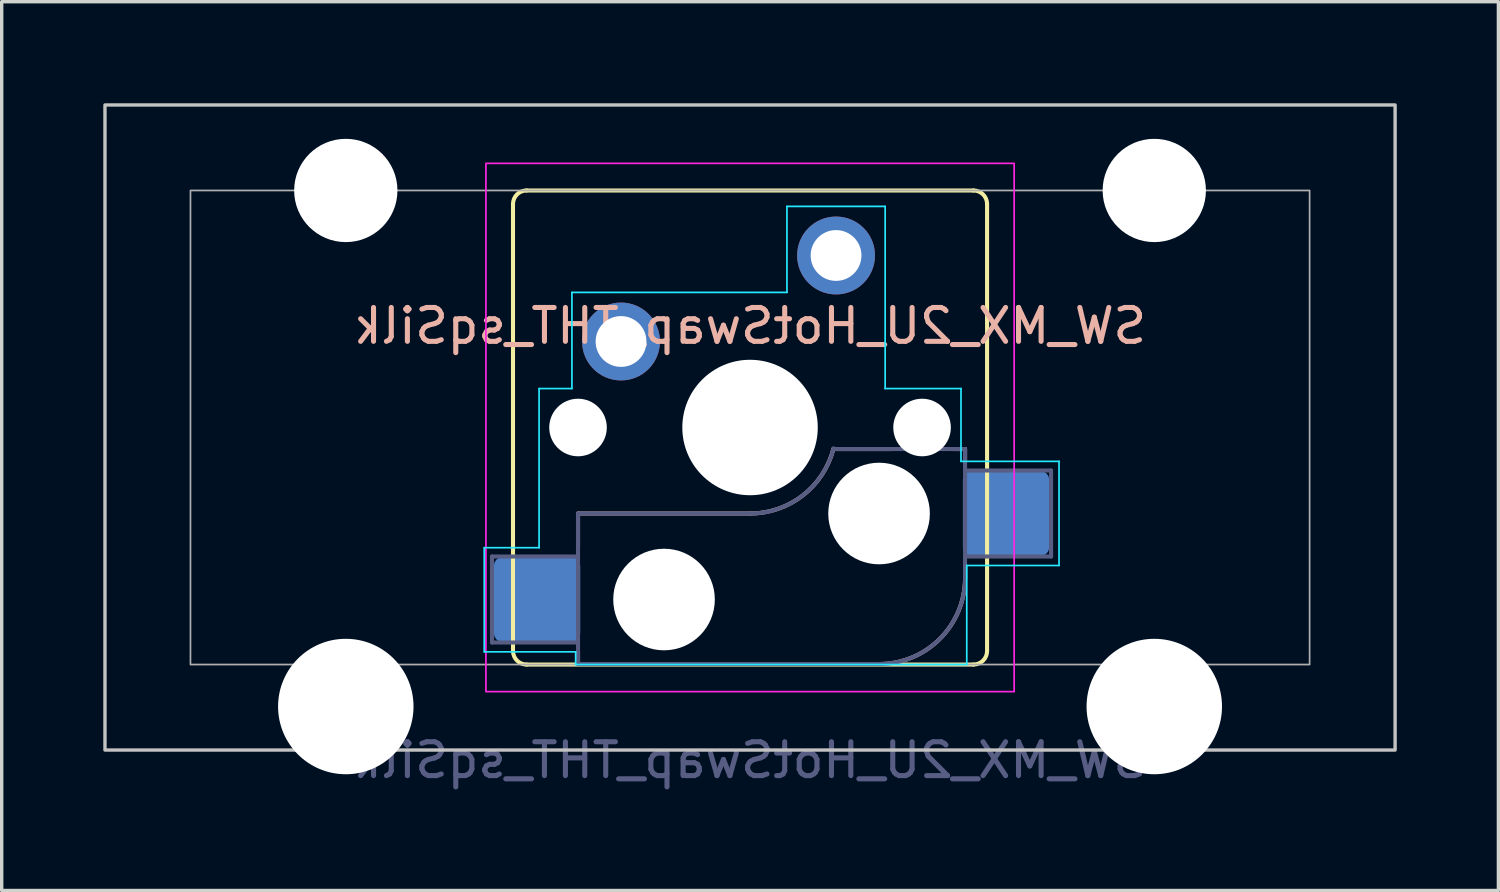
<source format=kicad_pcb>
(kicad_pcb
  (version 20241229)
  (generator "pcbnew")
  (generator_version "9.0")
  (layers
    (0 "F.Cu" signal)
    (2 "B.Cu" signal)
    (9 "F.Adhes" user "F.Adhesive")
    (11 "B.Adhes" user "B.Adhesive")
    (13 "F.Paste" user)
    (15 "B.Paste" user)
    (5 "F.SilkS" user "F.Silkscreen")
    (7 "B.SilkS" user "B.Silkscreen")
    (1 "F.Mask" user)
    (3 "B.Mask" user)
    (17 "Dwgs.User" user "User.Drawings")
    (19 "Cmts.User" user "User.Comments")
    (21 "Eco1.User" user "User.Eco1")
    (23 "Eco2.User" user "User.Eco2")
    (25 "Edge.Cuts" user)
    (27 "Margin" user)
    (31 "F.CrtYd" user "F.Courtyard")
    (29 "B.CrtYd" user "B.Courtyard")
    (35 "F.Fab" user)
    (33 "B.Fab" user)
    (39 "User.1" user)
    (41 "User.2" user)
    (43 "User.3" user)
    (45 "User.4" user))
  (footprint "SW_MX_2U_HotSwap_THT_sqSilk"
    (layer "F.Cu")
    (at 19.1 9.575)
    (property "Reference" "SW_MX_2U_HotSwap_THT_sqSilk" (at 0 -3 0) (unlocked yes) (layer "B.SilkS") (effects (font (size 1 1) (thickness 0.15)) (justify mirror)))
    (attr through_hole)
    (fp_line (start -7 6.6) (end -7 -6.6) (stroke (width 0.12) (type default)) (layer "F.SilkS"))
    (fp_line (start -6.6 -7) (end 6.6 -7) (stroke (width 0.12) (type default)) (layer "F.SilkS"))
    (fp_line (start 6.6 7) (end -6.6 7) (stroke (width 0.12) (type default)) (layer "F.SilkS"))
    (fp_line (start 7 -6.6) (end 7 6.6) (stroke (width 0.12) (type default)) (layer "F.SilkS"))
    (fp_arc (start -7 -6.600001) (mid -6.882843 -6.882844) (end -6.6 -7.000001) (stroke (width 0.12) (type default)) (layer "F.SilkS"))
    (fp_arc (start -6.6 6.999999) (mid -6.882843 6.882842) (end -7 6.599999) (stroke (width 0.12) (type default)) (layer "F.SilkS"))
    (fp_arc (start 6.6 -7.000001) (mid 6.882843 -6.882844) (end 7 -6.600001) (stroke (width 0.12) (type default)) (layer "F.SilkS"))
    (fp_arc (start 7 6.599999) (mid 6.882843 6.882842) (end 6.6 6.999999) (stroke (width 0.12) (type default)) (layer "F.SilkS"))
    (fp_line (start -5.08 2.54) (end -5.08 3.53) (stroke (width 0.12) (type default)) (layer "B.SilkS"))
    (fp_line (start -5.08 2.54) (end 0 2.54) (stroke (width 0.12) (type solid)) (layer "B.SilkS"))
    (fp_line (start -5.08 6.985) (end -5.08 6.604) (stroke (width 0.12) (type solid)) (layer "B.SilkS"))
    (fp_line (start 2.464 0.635) (end 4.191 0.635) (stroke (width 0.12) (type solid)) (layer "B.SilkS"))
    (fp_line (start 3.81 6.985) (end -5.08 6.985) (stroke (width 0.12) (type solid)) (layer "B.SilkS"))
    (fp_line (start 6 0.635) (end 6.35 0.635) (stroke (width 0.12) (type solid)) (layer "B.SilkS"))
    (fp_line (start 6.35 1) (end 6.35 0.635) (stroke (width 0.12) (type solid)) (layer "B.SilkS"))
    (fp_line (start 6.35 4.445) (end 6.35 4.1) (stroke (width 0.12) (type solid)) (layer "B.SilkS"))
    (fp_arc (start 2.459645 0.633835) (mid 1.555902 2.007678) (end 0 2.539999) (stroke (width 0.12) (type default)) (layer "B.SilkS"))
    (fp_arc (start 6.35 4.444999) (mid 5.606051 6.24105) (end 3.81 6.984999) (stroke (width 0.12) (type solid)) (layer "B.SilkS"))
    (fp_rect (start -19.05 -9.525) (end 19.05 9.525) (stroke (width 0.1) (type default)) (fill no) (layer "Dwgs.User"))
    (fp_line (start -7.85 3.55) (end -7.85 6.625) (stroke (width 0.05) (type default)) (layer "B.CrtYd"))
    (fp_line (start -7.85 6.625) (end -5.15 6.625) (stroke (width 0.05) (type default)) (layer "B.CrtYd"))
    (fp_line (start -6.23 -1.15) (end -6.23 3.55) (stroke (width 0.05) (type default)) (layer "B.CrtYd"))
    (fp_line (start -6.23 -1.15) (end -5.26 -1.15) (stroke (width 0.05) (type default)) (layer "B.CrtYd"))
    (fp_line (start -6.23 3.55) (end -7.85 3.55) (stroke (width 0.05) (type default)) (layer "B.CrtYd"))
    (fp_line (start -5.26 -3.99) (end 1.09 -3.99) (stroke (width 0.05) (type default)) (layer "B.CrtYd"))
    (fp_line (start -5.26 -1.15) (end -5.26 -3.99) (stroke (width 0.05) (type default)) (layer "B.CrtYd"))
    (fp_line (start -5.15 6.625) (end -5.15 7) (stroke (width 0.05) (type default)) (layer "B.CrtYd"))
    (fp_line (start -5.15 7) (end 6.4 7) (stroke (width 0.05) (type default)) (layer "B.CrtYd"))
    (fp_line (start 1.09 -6.53) (end 3.99 -6.53) (stroke (width 0.05) (type default)) (layer "B.CrtYd"))
    (fp_line (start 1.09 -3.99) (end 1.09 -6.53) (stroke (width 0.05) (type default)) (layer "B.CrtYd"))
    (fp_line (start 3.99 -6.53) (end 3.99 -1.15) (stroke (width 0.05) (type default)) (layer "B.CrtYd"))
    (fp_line (start 3.99 -1.15) (end 6.23 -1.15) (stroke (width 0.05) (type default)) (layer "B.CrtYd"))
    (fp_line (start 6.23 -1.15) (end 6.23 1) (stroke (width 0.05) (type default)) (layer "B.CrtYd"))
    (fp_line (start 6.23 1) (end 9.125 1) (stroke (width 0.05) (type default)) (layer "B.CrtYd"))
    (fp_line (start 6.4 4.075) (end 6.4 7) (stroke (width 0.05) (type default)) (layer "B.CrtYd"))
    (fp_line (start 9.125 1) (end 9.125 4.075) (stroke (width 0.05) (type default)) (layer "B.CrtYd"))
    (fp_line (start 9.125 4.075) (end 6.4 4.075) (stroke (width 0.05) (type default)) (layer "B.CrtYd"))
    (fp_rect (start -7.8 -7.8) (end 7.8 7.8) (stroke (width 0.05) (type default)) (fill no) (layer "F.CrtYd"))
    (fp_line (start -7.62 3.81) (end -5.08 3.81) (stroke (width 0.12) (type solid)) (layer "B.Fab"))
    (fp_line (start -7.62 6.35) (end -7.62 3.81) (stroke (width 0.12) (type solid)) (layer "B.Fab"))
    (fp_line (start -5.08 2.54) (end 0 2.54) (stroke (width 0.12) (type solid)) (layer "B.Fab"))
    (fp_line (start -5.08 6.35) (end -7.62 6.35) (stroke (width 0.12) (type solid)) (layer "B.Fab"))
    (fp_line (start -5.08 6.985) (end -5.08 2.54) (stroke (width 0.12) (type solid)) (layer "B.Fab"))
    (fp_line (start 3.81 6.985) (end -5.08 6.985) (stroke (width 0.12) (type solid)) (layer "B.Fab"))
    (fp_line (start 6.35 0.635) (end 2.54 0.635) (stroke (width 0.12) (type solid)) (layer "B.Fab"))
    (fp_line (start 6.35 0.635) (end 6.35 4.445) (stroke (width 0.12) (type solid)) (layer "B.Fab"))
    (fp_line (start 6.35 1.27) (end 8.89 1.27) (stroke (width 0.12) (type solid)) (layer "B.Fab"))
    (fp_line (start 8.89 1.27) (end 8.89 3.81) (stroke (width 0.12) (type solid)) (layer "B.Fab"))
    (fp_line (start 8.89 3.81) (end 6.35 3.81) (stroke (width 0.12) (type solid)) (layer "B.Fab"))
    (fp_arc (start 2.464162 0.616039) (mid 1.563147 2.002041) (end 0 2.539999) (stroke (width 0.12) (type solid)) (layer "B.Fab"))
    (fp_arc (start 6.35 4.444999) (mid 5.606051 6.24105) (end 3.81 6.984999) (stroke (width 0.12) (type solid)) (layer "B.Fab"))
    (fp_rect (start -16.525 -7) (end 16.525 7) (stroke (width 0.05) (type default)) (fill no) (layer "F.Fab"))
    (fp_text user "${REFERENCE}" (at 0 9.825 0) (layer "B.Fab") (effects (font (size 1 1) (thickness 0.15)) (justify mirror)))
    (pad "" np_thru_hole circle (at -11.938 -7) (size 3.05 3.05) (drill 3.05) (layers "*.Cu" "*.Mask"))
    (pad "" np_thru_hole circle (at -11.938 8.24) (size 4 4) (drill 4) (layers "*.Cu" "*.Mask"))
    (pad "" np_thru_hole circle (at -5.08 0) (size 1.7 1.7) (drill 1.7) (layers "*.Cu" "*.Mask"))
    (pad "" np_thru_hole circle (at -2.54 5.08 180) (size 3 3) (drill 3) (layers "*.Cu" "*.Mask"))
    (pad "" np_thru_hole circle (at 0 0) (size 4 4) (drill 4) (layers "*.Cu" "*.Mask"))
    (pad "" np_thru_hole circle (at 3.81 2.54 180) (size 3 3) (drill 3) (layers "*.Cu" "*.Mask"))
    (pad "" np_thru_hole circle (at 5.08 0) (size 1.7 1.7) (drill 1.7) (layers "*.Cu" "*.Mask"))
    (pad "" np_thru_hole circle (at 11.938 -7) (size 3.05 3.05) (drill 3.05) (layers "*.Cu" "*.Mask"))
    (pad "" np_thru_hole circle (at 11.938 8.24) (size 4 4) (drill 4) (layers "*.Cu" "*.Mask"))
    (pad "1" thru_hole circle (at 2.54 -5.08) (size 2.3 2.3) (drill 1.5) (layers "*.Cu" "*.Mask"))
    (pad "1" smd roundrect (at 7.56 2.54 180) (size 2.55 2.5) (layers "B.Cu" "B.Mask" "B.Paste") (roundrect_rratio 0.1))
    (pad "2" smd roundrect (at -6.29 5.08 180) (size 2.55 2.5) (layers "B.Cu" "B.Mask" "B.Paste") (roundrect_rratio 0.1))
    (pad "2" thru_hole circle (at -3.81 -2.54) (size 2.3 2.3) (drill 1.5) (layers "*.Cu" "*.Mask")))
  (gr_rect
    (start -3 -3)
    (end 41.2 23.248)
    (stroke (width 0.1) (type default))
    (fill no)
    (layer "Edge.Cuts")))
</source>
